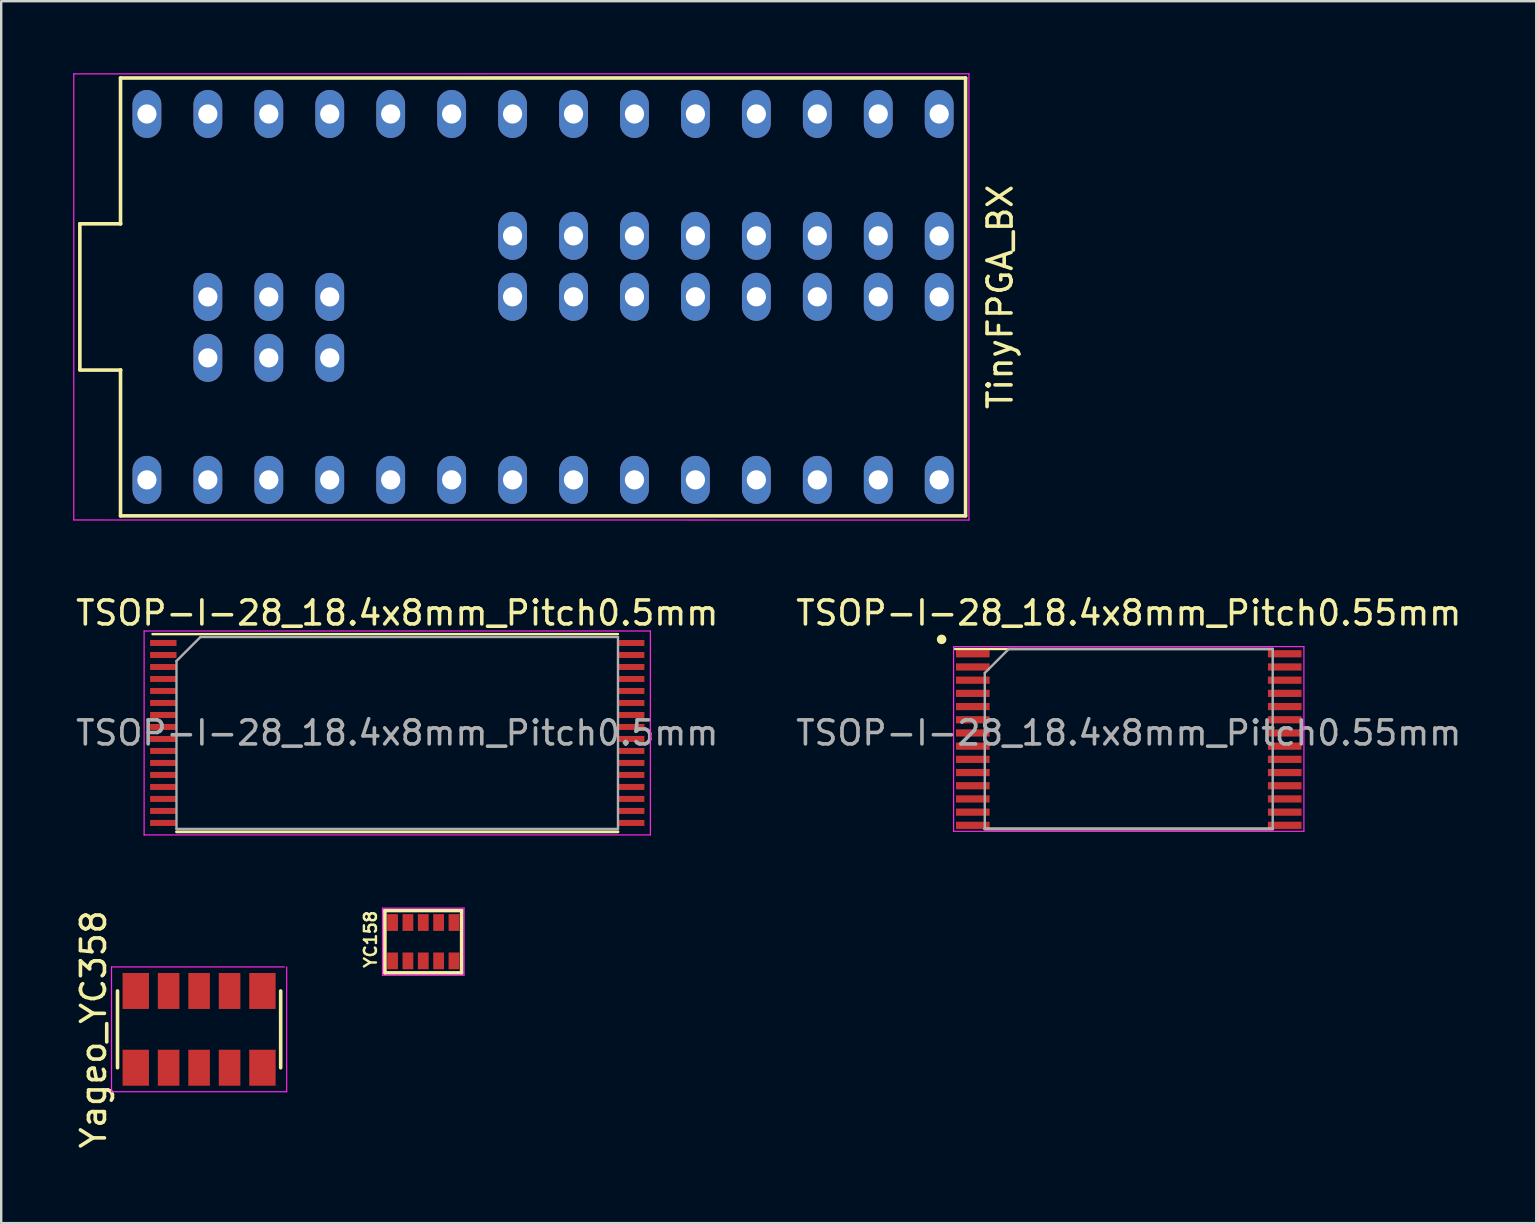
<source format=kicad_pcb>
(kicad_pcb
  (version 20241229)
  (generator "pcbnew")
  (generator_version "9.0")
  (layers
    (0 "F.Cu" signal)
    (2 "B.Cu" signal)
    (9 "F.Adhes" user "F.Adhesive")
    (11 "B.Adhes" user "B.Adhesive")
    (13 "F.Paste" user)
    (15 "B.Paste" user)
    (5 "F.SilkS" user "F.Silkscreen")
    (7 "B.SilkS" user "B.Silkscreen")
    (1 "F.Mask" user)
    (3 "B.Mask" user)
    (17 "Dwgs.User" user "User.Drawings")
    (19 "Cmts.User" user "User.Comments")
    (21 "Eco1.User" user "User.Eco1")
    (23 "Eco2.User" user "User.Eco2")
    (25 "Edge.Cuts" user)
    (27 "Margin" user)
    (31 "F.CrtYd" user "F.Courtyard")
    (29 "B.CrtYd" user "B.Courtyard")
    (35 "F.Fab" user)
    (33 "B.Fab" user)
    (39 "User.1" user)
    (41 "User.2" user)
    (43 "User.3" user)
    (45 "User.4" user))
  (footprint "TinyFPGA_BX"
    (layer "F.Cu")
    (at 19.583 9.325)
    (property "Reference" "TinyFPGA_BX" (at 19.05 0 90) (layer "F.SilkS") (effects (font (size 1 1) (thickness 0.15))))
    (attr through_hole)
    (fp_line (start -19.304 -3.048) (end -19.304 3.035) (stroke (width 0.15) (type solid)) (layer "F.SilkS"))
    (fp_line (start -19.304 -3.048) (end -17.602 -3.048) (stroke (width 0.15) (type solid)) (layer "F.SilkS"))
    (fp_line (start -17.61 -9.125) (end -17.61 -3.042) (stroke (width 0.15) (type solid)) (layer "F.SilkS"))
    (fp_line (start -17.61 3.042) (end -17.61 9.125) (stroke (width 0.15) (type solid)) (layer "F.SilkS"))
    (fp_line (start -17.61 9.125) (end 17.61 9.125) (stroke (width 0.15) (type solid)) (layer "F.SilkS"))
    (fp_line (start -17.602 3.048) (end -19.304 3.048) (stroke (width 0.15) (type solid)) (layer "F.SilkS"))
    (fp_line (start 17.61 -9.125) (end -17.61 -9.125) (stroke (width 0.15) (type solid)) (layer "F.SilkS"))
    (fp_line (start 17.61 9.125) (end 17.61 -9.125) (stroke (width 0.15) (type solid)) (layer "F.SilkS"))
    (fp_line (start -19.558 -9.296) (end 17.75 -9.3) (stroke (width 0.05) (type solid)) (layer "F.CrtYd"))
    (fp_line (start -19.558 9.3) (end -19.558 -9.3) (stroke (width 0.05) (type solid)) (layer "F.CrtYd"))
    (fp_line (start 17.75 -9.3) (end 17.75 9.3) (stroke (width 0.05) (type solid)) (layer "F.CrtYd"))
    (fp_line (start 17.75 9.3) (end -19.558 9.296) (stroke (width 0.05) (type solid)) (layer "F.CrtYd"))
    (pad "1" thru_hole oval (at -16.51 7.625) (size 1.2 2) (drill 0.8) (layers "*.Cu" "*.Mask"))
    (pad "2" thru_hole oval (at -13.97 7.625) (size 1.2 2) (drill 0.8) (layers "*.Cu" "*.Mask"))
    (pad "3" thru_hole oval (at -11.43 7.625) (size 1.2 2) (drill 0.8) (layers "*.Cu" "*.Mask"))
    (pad "4" thru_hole oval (at -8.89 7.625) (size 1.2 2) (drill 0.8) (layers "*.Cu" "*.Mask"))
    (pad "5" thru_hole oval (at -6.35 7.625) (size 1.2 2) (drill 0.8) (layers "*.Cu" "*.Mask"))
    (pad "6" thru_hole oval (at -3.81 7.625) (size 1.2 2) (drill 0.8) (layers "*.Cu" "*.Mask"))
    (pad "7" thru_hole oval (at -1.27 7.625) (size 1.2 2) (drill 0.8) (layers "*.Cu" "*.Mask"))
    (pad "8" thru_hole oval (at 1.27 7.625) (size 1.2 2) (drill 0.8) (layers "*.Cu" "*.Mask"))
    (pad "9" thru_hole oval (at 3.81 7.625) (size 1.2 2) (drill 0.8) (layers "*.Cu" "*.Mask"))
    (pad "10" thru_hole oval (at 6.35 7.625) (size 1.2 2) (drill 0.8) (layers "*.Cu" "*.Mask"))
    (pad "11" thru_hole oval (at 8.89 7.625) (size 1.2 2) (drill 0.8) (layers "*.Cu" "*.Mask"))
    (pad "12" thru_hole oval (at 11.43 7.625) (size 1.2 2) (drill 0.8) (layers "*.Cu" "*.Mask"))
    (pad "13" thru_hole oval (at 13.97 7.625) (size 1.2 2) (drill 0.8) (layers "*.Cu" "*.Mask"))
    (pad "14" thru_hole oval (at 16.51 7.625) (size 1.2 2) (drill 0.8) (layers "*.Cu" "*.Mask"))
    (pad "15" thru_hole oval (at 16.51 -7.625) (size 1.2 2) (drill 0.8) (layers "*.Cu" "*.Mask"))
    (pad "16" thru_hole oval (at 13.97 -7.625) (size 1.2 2) (drill 0.8) (layers "*.Cu" "*.Mask"))
    (pad "17" thru_hole oval (at 11.43 -7.625) (size 1.2 2) (drill 0.8) (layers "*.Cu" "*.Mask"))
    (pad "18" thru_hole oval (at 8.89 -7.625) (size 1.2 2) (drill 0.8) (layers "*.Cu" "*.Mask"))
    (pad "19" thru_hole oval (at 6.35 -7.625) (size 1.2 2) (drill 0.8) (layers "*.Cu" "*.Mask"))
    (pad "20" thru_hole oval (at 3.81 -7.625) (size 1.2 2) (drill 0.8) (layers "*.Cu" "*.Mask"))
    (pad "21" thru_hole oval (at 1.27 -7.625) (size 1.2 2) (drill 0.8) (layers "*.Cu" "*.Mask"))
    (pad "22" thru_hole oval (at -1.27 -7.625) (size 1.2 2) (drill 0.8) (layers "*.Cu" "*.Mask"))
    (pad "23" thru_hole oval (at -3.81 -7.625) (size 1.2 2) (drill 0.8) (layers "*.Cu" "*.Mask"))
    (pad "24" thru_hole oval (at -6.35 -7.625) (size 1.2 2) (drill 0.8) (layers "*.Cu" "*.Mask"))
    (pad "25" thru_hole oval (at -8.89 -7.625) (size 1.2 2) (drill 0.8) (layers "*.Cu" "*.Mask"))
    (pad "26" thru_hole oval (at -11.43 -7.625) (size 1.2 2) (drill 0.8) (layers "*.Cu" "*.Mask"))
    (pad "27" thru_hole oval (at -13.97 -7.625) (size 1.2 2) (drill 0.8) (layers "*.Cu" "*.Mask"))
    (pad "28" thru_hole oval (at -16.51 -7.625) (size 1.2 2) (drill 0.8) (layers "*.Cu" "*.Mask"))
    (pad "29" thru_hole oval (at -13.97 2.54) (size 1.2 2) (drill 0.8) (layers "*.Cu" "*.Mask"))
    (pad "30" thru_hole oval (at -11.43 2.54) (size 1.2 2) (drill 0.8) (layers "*.Cu" "*.Mask"))
    (pad "31" thru_hole oval (at -8.89 2.54) (size 1.2 2) (drill 0.8) (layers "*.Cu" "*.Mask"))
    (pad "32" thru_hole oval (at -8.89 0) (size 1.2 2) (drill 0.8) (layers "*.Cu" "*.Mask"))
    (pad "33" thru_hole oval (at -11.43 0) (size 1.2 2) (drill 0.8) (layers "*.Cu" "*.Mask"))
    (pad "34" thru_hole oval (at -13.97 0) (size 1.2 2) (drill 0.8) (layers "*.Cu" "*.Mask"))
    (pad "35" thru_hole oval (at -1.27 -0.005) (size 1.2 2) (drill 0.8) (layers "*.Cu" "*.Mask"))
    (pad "36" thru_hole oval (at 1.27 -0.005) (size 1.2 2) (drill 0.8) (layers "*.Cu" "*.Mask"))
    (pad "37" thru_hole oval (at 3.81 -0.005) (size 1.2 2) (drill 0.8) (layers "*.Cu" "*.Mask"))
    (pad "38" thru_hole oval (at 6.35 -0.005) (size 1.2 2) (drill 0.8) (layers "*.Cu" "*.Mask"))
    (pad "39" thru_hole oval (at 8.89 -0.005) (size 1.2 2) (drill 0.8) (layers "*.Cu" "*.Mask"))
    (pad "40" thru_hole oval (at 11.43 -0.005) (size 1.2 2) (drill 0.8) (layers "*.Cu" "*.Mask"))
    (pad "41" thru_hole oval (at 13.97 -0.005) (size 1.2 2) (drill 0.8) (layers "*.Cu" "*.Mask"))
    (pad "42" thru_hole oval (at 16.51 0) (size 1.2 2) (drill 0.8) (layers "*.Cu" "*.Mask"))
    (pad "43" thru_hole oval (at 16.51 -2.54) (size 1.2 2) (drill 0.8) (layers "*.Cu" "*.Mask"))
    (pad "44" thru_hole oval (at 13.97 -2.545) (size 1.2 2) (drill 0.8) (layers "*.Cu" "*.Mask"))
    (pad "45" thru_hole oval (at 11.43 -2.545) (size 1.2 2) (drill 0.8) (layers "*.Cu" "*.Mask"))
    (pad "46" thru_hole oval (at 8.89 -2.545) (size 1.2 2) (drill 0.8) (layers "*.Cu" "*.Mask"))
    (pad "47" thru_hole oval (at 6.35 -2.545) (size 1.2 2) (drill 0.8) (layers "*.Cu" "*.Mask"))
    (pad "48" thru_hole oval (at 3.81 -2.545) (size 1.2 2) (drill 0.8) (layers "*.Cu" "*.Mask"))
    (pad "49" thru_hole oval (at 1.27 -2.545) (size 1.2 2) (drill 0.8) (layers "*.Cu" "*.Mask"))
    (pad "50" thru_hole oval (at -1.27 -2.545) (size 1.2 2) (drill 0.8) (layers "*.Cu" "*.Mask")))
  (footprint "TSOP-I-28_18.4x8mm_Pitch0.55mm"
    (layer "F.Cu")
    (at 43.994 27.498)
    (property "Reference" "TSOP-I-28_18.4x8mm_Pitch0.55mm" (at 0 -5 0) (layer "F.SilkS") (effects (font (size 1 1) (thickness 0.15))))
    (attr smd)
    (fp_line (start -6 4) (end 6 4) (stroke (width 0.12) (type solid)) (layer "F.SilkS"))
    (fp_line (start 6 -3.5) (end -7.25 -3.5) (stroke (width 0.1) (type solid)) (layer "F.SilkS"))
    (fp_circle (center -7.8 -3.9) (end -7.7 -3.9) (stroke (width 0.2) (type solid)) (fill no) (layer "F.SilkS"))
    (fp_line (start -7.3 -3.6) (end 7.3 -3.6) (stroke (width 0.05) (type solid)) (layer "F.CrtYd"))
    (fp_line (start -7.3 4.1) (end -7.3 -3.6) (stroke (width 0.05) (type solid)) (layer "F.CrtYd"))
    (fp_line (start 7.3 -3.6) (end 7.3 4.1) (stroke (width 0.05) (type solid)) (layer "F.CrtYd"))
    (fp_line (start 7.3 4.1) (end -7.3 4.1) (stroke (width 0.05) (type solid)) (layer "F.CrtYd"))
    (fp_line (start -6 4) (end -6 -2.5) (stroke (width 0.1) (type solid)) (layer "F.Fab"))
    (fp_line (start -5 -3.5) (end -6 -2.5) (stroke (width 0.1) (type solid)) (layer "F.Fab"))
    (fp_line (start -5 -3.5) (end 6 -3.5) (stroke (width 0.1) (type solid)) (layer "F.Fab"))
    (fp_line (start 6 -3.5) (end 6 4) (stroke (width 0.1) (type solid)) (layer "F.Fab"))
    (fp_line (start 6 4) (end -6 4) (stroke (width 0.1) (type solid)) (layer "F.Fab"))
    (fp_text user "${REFERENCE}" (at 0 0 0) (layer "F.Fab") (effects (font (size 1 1) (thickness 0.15))))
    (pad "1" smd rect (at -6.5 0.55) (size 1.4 0.3) (layers "F.Cu" "F.Mask" "F.Paste"))
    (pad "2" smd rect (at -6.5 1.1) (size 1.4 0.3) (layers "F.Cu" "F.Mask" "F.Paste"))
    (pad "3" smd rect (at -6.5 1.65) (size 1.4 0.3) (layers "F.Cu" "F.Mask" "F.Paste"))
    (pad "4" smd rect (at -6.5 2.2) (size 1.4 0.3) (layers "F.Cu" "F.Mask" "F.Paste"))
    (pad "5" smd rect (at -6.5 2.75) (size 1.4 0.3) (layers "F.Cu" "F.Mask" "F.Paste"))
    (pad "6" smd rect (at -6.5 3.3) (size 1.4 0.3) (layers "F.Cu" "F.Mask" "F.Paste"))
    (pad "7" smd rect (at -6.5 3.85) (size 1.4 0.3) (layers "F.Cu" "F.Mask" "F.Paste"))
    (pad "8" smd rect (at 6.5 3.85) (size 1.4 0.3) (layers "F.Cu" "F.Mask" "F.Paste"))
    (pad "9" smd rect (at 6.5 3.3) (size 1.4 0.3) (layers "F.Cu" "F.Mask" "F.Paste"))
    (pad "10" smd rect (at 6.5 2.75) (size 1.4 0.3) (layers "F.Cu" "F.Mask" "F.Paste"))
    (pad "11" smd rect (at 6.5 2.2) (size 1.4 0.3) (layers "F.Cu" "F.Mask" "F.Paste"))
    (pad "12" smd rect (at 6.5 1.65) (size 1.4 0.3) (layers "F.Cu" "F.Mask" "F.Paste"))
    (pad "13" smd rect (at 6.5 1.1) (size 1.4 0.3) (layers "F.Cu" "F.Mask" "F.Paste"))
    (pad "14" smd rect (at 6.5 0.55) (size 1.4 0.3) (layers "F.Cu" "F.Mask" "F.Paste"))
    (pad "15" smd rect (at 6.5 0) (size 1.4 0.3) (layers "F.Cu" "F.Mask" "F.Paste"))
    (pad "16" smd rect (at 6.5 -0.55) (size 1.4 0.3) (layers "F.Cu" "F.Mask" "F.Paste"))
    (pad "17" smd rect (at 6.5 -1.1) (size 1.4 0.3) (layers "F.Cu" "F.Mask" "F.Paste"))
    (pad "18" smd rect (at 6.5 -1.65) (size 1.4 0.3) (layers "F.Cu" "F.Mask" "F.Paste"))
    (pad "19" smd rect (at 6.5 -2.2) (size 1.4 0.3) (layers "F.Cu" "F.Mask" "F.Paste"))
    (pad "20" smd rect (at 6.5 -2.75) (size 1.4 0.3) (layers "F.Cu" "F.Mask" "F.Paste"))
    (pad "21" smd rect (at 6.5 -3.3) (size 1.4 0.3) (layers "F.Cu" "F.Mask" "F.Paste"))
    (pad "22" smd rect (at -6.5 -3.3) (size 1.4 0.3) (layers "F.Cu" "F.Mask" "F.Paste"))
    (pad "23" smd rect (at -6.5 -2.75) (size 1.4 0.3) (layers "F.Cu" "F.Mask" "F.Paste"))
    (pad "24" smd rect (at -6.5 -2.2) (size 1.4 0.3) (layers "F.Cu" "F.Mask" "F.Paste"))
    (pad "25" smd rect (at -6.5 -1.65) (size 1.4 0.3) (layers "F.Cu" "F.Mask" "F.Paste"))
    (pad "26" smd rect (at -6.5 -1.1) (size 1.4 0.3) (layers "F.Cu" "F.Mask" "F.Paste"))
    (pad "27" smd rect (at -6.5 -0.55) (size 1.4 0.3) (layers "F.Cu" "F.Mask" "F.Paste"))
    (pad "28" smd rect (at -6.5 0) (size 1.4 0.3) (layers "F.Cu" "F.Mask" "F.Paste")))
  (footprint "YC158"
    (layer "F.Cu")
    (at 14.591 36.198)
    (property "Reference" "YC158" (at -2.2 -0.1 90) (layer "F.SilkS") (effects (font (size 0.5 0.5) (thickness 0.1))))
    (attr smd)
    (fp_line (start -1.6 -1.3) (end 1.6 -1.3) (stroke (width 0.15) (type solid)) (layer "F.SilkS"))
    (fp_line (start -1.6 1.3) (end -1.6 -1.3) (stroke (width 0.15) (type solid)) (layer "F.SilkS"))
    (fp_line (start 1.6 -1.3) (end 1.6 1.3) (stroke (width 0.15) (type solid)) (layer "F.SilkS"))
    (fp_line (start 1.6 1.3) (end -1.6 1.3) (stroke (width 0.15) (type solid)) (layer "F.SilkS"))
    (fp_line (start -1.7 -1.4) (end 1.7 -1.4) (stroke (width 0.05) (type solid)) (layer "F.CrtYd"))
    (fp_line (start -1.7 1.4) (end -1.7 -1.4) (stroke (width 0.05) (type solid)) (layer "F.CrtYd"))
    (fp_line (start 1.7 -1.4) (end 1.7 1.4) (stroke (width 0.05) (type solid)) (layer "F.CrtYd"))
    (fp_line (start 1.7 1.4) (end -1.7 1.4) (stroke (width 0.05) (type solid)) (layer "F.CrtYd"))
    (pad "1" smd rect (at -1.28 0.8) (size 0.45 0.7) (layers "F.Cu" "F.Mask" "F.Paste"))
    (pad "2" smd rect (at -0.64 0.8) (size 0.45 0.7) (layers "F.Cu" "F.Mask" "F.Paste"))
    (pad "3" smd rect (at 0 0.8) (size 0.45 0.7) (layers "F.Cu" "F.Mask" "F.Paste"))
    (pad "4" smd rect (at 0.64 0.8) (size 0.45 0.7) (layers "F.Cu" "F.Mask" "F.Paste"))
    (pad "5" smd rect (at 1.28 0.8) (size 0.45 0.7) (layers "F.Cu" "F.Mask" "F.Paste"))
    (pad "6" smd rect (at 1.28 -0.8) (size 0.45 0.7) (layers "F.Cu" "F.Mask" "F.Paste"))
    (pad "7" smd rect (at 0.64 -0.8) (size 0.45 0.7) (layers "F.Cu" "F.Mask" "F.Paste"))
    (pad "8" smd rect (at 0 -0.8) (size 0.45 0.7) (layers "F.Cu" "F.Mask" "F.Paste"))
    (pad "9" smd rect (at -0.64 -0.8) (size 0.45 0.7) (layers "F.Cu" "F.Mask" "F.Paste"))
    (pad "10" smd rect (at -1.28 -0.8) (size 0.45 0.7) (layers "F.Cu" "F.Mask" "F.Paste")))
  (footprint "Yageo_YC358"
    (layer "F.Cu")
    (at 5.248 39.851)
    (property "Reference" "Yageo_YC358" (at -4.4 0 90) (layer "F.SilkS") (effects (font (size 1 1) (thickness 0.15))))
    (attr smd)
    (fp_line (start -3.4 -1.6) (end -3.4 1.6) (stroke (width 0.15) (type solid)) (layer "F.SilkS"))
    (fp_line (start 3.4 -1.6) (end 3.4 1.6) (stroke (width 0.15) (type solid)) (layer "F.SilkS"))
    (fp_line (start -3.65 -2.6) (end 3.55 -2.6) (stroke (width 0.05) (type solid)) (layer "F.CrtYd"))
    (fp_line (start -3.65 2.6) (end -3.65 -2.6) (stroke (width 0.05) (type solid)) (layer "F.CrtYd"))
    (fp_line (start 3.65 -2.6) (end 3.65 2.6) (stroke (width 0.05) (type solid)) (layer "F.CrtYd"))
    (fp_line (start 3.65 2.6) (end -3.65 2.6) (stroke (width 0.05) (type solid)) (layer "F.CrtYd"))
    (pad "1" smd rect (at -2.64 1.6) (size 1.1 1.5) (layers "F.Cu" "F.Mask" "F.Paste"))
    (pad "2" smd rect (at -1.27 1.6) (size 0.9 1.5) (layers "F.Cu" "F.Mask" "F.Paste"))
    (pad "3" smd rect (at 0 1.6) (size 0.9 1.5) (layers "F.Cu" "F.Mask" "F.Paste"))
    (pad "4" smd rect (at 1.27 1.6) (size 0.9 1.5) (layers "F.Cu" "F.Mask" "F.Paste"))
    (pad "5" smd rect (at 2.64 1.6) (size 1.1 1.5) (layers "F.Cu" "F.Mask" "F.Paste"))
    (pad "6" smd rect (at 2.64 -1.6) (size 1.1 1.5) (layers "F.Cu" "F.Mask" "F.Paste"))
    (pad "7" smd rect (at 1.27 -1.6) (size 0.9 1.5) (layers "F.Cu" "F.Mask" "F.Paste"))
    (pad "8" smd rect (at 0 -1.6) (size 0.9 1.5) (layers "F.Cu" "F.Mask" "F.Paste"))
    (pad "9" smd rect (at -1.27 -1.6) (size 0.9 1.5) (layers "F.Cu" "F.Mask" "F.Paste"))
    (pad "10" smd rect (at -2.64 -1.6) (size 1.1 1.5) (layers "F.Cu" "F.Mask" "F.Paste")))
  (footprint "TSOP-I-28_18.4x8mm_Pitch0.5mm"
    (layer "F.Cu")
    (at 13.506 27.498)
    (property "Reference" "TSOP-I-28_18.4x8mm_Pitch0.5mm" (at 0 -5 0) (layer "F.SilkS") (effects (font (size 1 1) (thickness 0.15))))
    (attr smd)
    (fp_line (start -9.2 4.12) (end 9.2 4.12) (stroke (width 0.12) (type solid)) (layer "F.SilkS"))
    (fp_line (start 9.2 -4.12) (end -10.2 -4.12) (stroke (width 0.1) (type solid)) (layer "F.SilkS"))
    (fp_line (start -10.55 -4.25) (end 10.55 -4.25) (stroke (width 0.05) (type solid)) (layer "F.CrtYd"))
    (fp_line (start -10.55 4.25) (end -10.55 -4.25) (stroke (width 0.05) (type solid)) (layer "F.CrtYd"))
    (fp_line (start 10.55 -4.25) (end 10.55 4.25) (stroke (width 0.05) (type solid)) (layer "F.CrtYd"))
    (fp_line (start 10.55 4.25) (end -10.55 4.25) (stroke (width 0.05) (type solid)) (layer "F.CrtYd"))
    (fp_line (start -9.2 4) (end -9.2 -3) (stroke (width 0.1) (type solid)) (layer "F.Fab"))
    (fp_line (start -8.2 -4) (end -9.2 -3) (stroke (width 0.1) (type solid)) (layer "F.Fab"))
    (fp_line (start -8.2 -4) (end 9.2 -4) (stroke (width 0.1) (type solid)) (layer "F.Fab"))
    (fp_line (start 9.2 -4) (end 9.2 4) (stroke (width 0.1) (type solid)) (layer "F.Fab"))
    (fp_line (start 9.2 4) (end -9.2 4) (stroke (width 0.1) (type solid)) (layer "F.Fab"))
    (fp_text user "${REFERENCE}" (at 0 0 0) (layer "F.Fab") (effects (font (size 1 1) (thickness 0.15))))
    (pad "1" smd rect (at -9.75 -3.75) (size 1.1 0.25) (layers "F.Cu" "F.Mask" "F.Paste"))
    (pad "2" smd rect (at -9.75 -3.25) (size 1.1 0.25) (layers "F.Cu" "F.Mask" "F.Paste"))
    (pad "3" smd rect (at -9.75 -2.75) (size 1.1 0.25) (layers "F.Cu" "F.Mask" "F.Paste"))
    (pad "4" smd rect (at -9.75 -2.25) (size 1.1 0.25) (layers "F.Cu" "F.Mask" "F.Paste"))
    (pad "5" smd rect (at -9.75 -1.75) (size 1.1 0.25) (layers "F.Cu" "F.Mask" "F.Paste"))
    (pad "6" smd rect (at -9.75 -1.25) (size 1.1 0.25) (layers "F.Cu" "F.Mask" "F.Paste"))
    (pad "7" smd rect (at -9.75 -0.75) (size 1.1 0.25) (layers "F.Cu" "F.Mask" "F.Paste"))
    (pad "8" smd rect (at -9.75 -0.25) (size 1.1 0.25) (layers "F.Cu" "F.Mask" "F.Paste"))
    (pad "9" smd rect (at -9.75 0.25) (size 1.1 0.25) (layers "F.Cu" "F.Mask" "F.Paste"))
    (pad "10" smd rect (at -9.75 0.75) (size 1.1 0.25) (layers "F.Cu" "F.Mask" "F.Paste"))
    (pad "11" smd rect (at -9.75 1.25) (size 1.1 0.25) (layers "F.Cu" "F.Mask" "F.Paste"))
    (pad "12" smd rect (at -9.75 1.75) (size 1.1 0.25) (layers "F.Cu" "F.Mask" "F.Paste"))
    (pad "13" smd rect (at -9.75 2.25) (size 1.1 0.25) (layers "F.Cu" "F.Mask" "F.Paste"))
    (pad "14" smd rect (at -9.75 2.75) (size 1.1 0.25) (layers "F.Cu" "F.Mask" "F.Paste"))
    (pad "15" smd rect (at -9.75 3.25) (size 1.1 0.25) (layers "F.Cu" "F.Mask" "F.Paste"))
    (pad "16" smd rect (at -9.75 3.75) (size 1.1 0.25) (layers "F.Cu" "F.Mask" "F.Paste"))
    (pad "17" smd rect (at 9.75 3.75) (size 1.1 0.25) (layers "F.Cu" "F.Mask" "F.Paste"))
    (pad "18" smd rect (at 9.75 3.25) (size 1.1 0.25) (layers "F.Cu" "F.Mask" "F.Paste"))
    (pad "19" smd rect (at 9.75 2.75) (size 1.1 0.25) (layers "F.Cu" "F.Mask" "F.Paste"))
    (pad "20" smd rect (at 9.75 2.25) (size 1.1 0.25) (layers "F.Cu" "F.Mask" "F.Paste"))
    (pad "21" smd rect (at 9.75 1.75) (size 1.1 0.25) (layers "F.Cu" "F.Mask" "F.Paste"))
    (pad "22" smd rect (at 9.75 1.25) (size 1.1 0.25) (layers "F.Cu" "F.Mask" "F.Paste"))
    (pad "23" smd rect (at 9.75 0.75) (size 1.1 0.25) (layers "F.Cu" "F.Mask" "F.Paste"))
    (pad "24" smd rect (at 9.75 0.25) (size 1.1 0.25) (layers "F.Cu" "F.Mask" "F.Paste"))
    (pad "25" smd rect (at 9.75 -0.25) (size 1.1 0.25) (layers "F.Cu" "F.Mask" "F.Paste"))
    (pad "26" smd rect (at 9.75 -0.75) (size 1.1 0.25) (layers "F.Cu" "F.Mask" "F.Paste"))
    (pad "27" smd rect (at 9.75 -1.25) (size 1.1 0.25) (layers "F.Cu" "F.Mask" "F.Paste"))
    (pad "28" smd rect (at 9.75 -1.75) (size 1.1 0.25) (layers "F.Cu" "F.Mask" "F.Paste"))
    (pad "29" smd rect (at 9.75 -2.25) (size 1.1 0.25) (layers "F.Cu" "F.Mask" "F.Paste"))
    (pad "30" smd rect (at 9.75 -2.75) (size 1.1 0.25) (layers "F.Cu" "F.Mask" "F.Paste"))
    (pad "31" smd rect (at 9.75 -3.25) (size 1.1 0.25) (layers "F.Cu" "F.Mask" "F.Paste"))
    (pad "32" smd rect (at 9.75 -3.75) (size 1.1 0.25) (layers "F.Cu" "F.Mask" "F.Paste")))
  (gr_rect
    (start -3 -3)
    (end 60.976 47.928)
    (stroke (width 0.1) (type default))
    (fill no)
    (layer "Edge.Cuts")))
</source>
